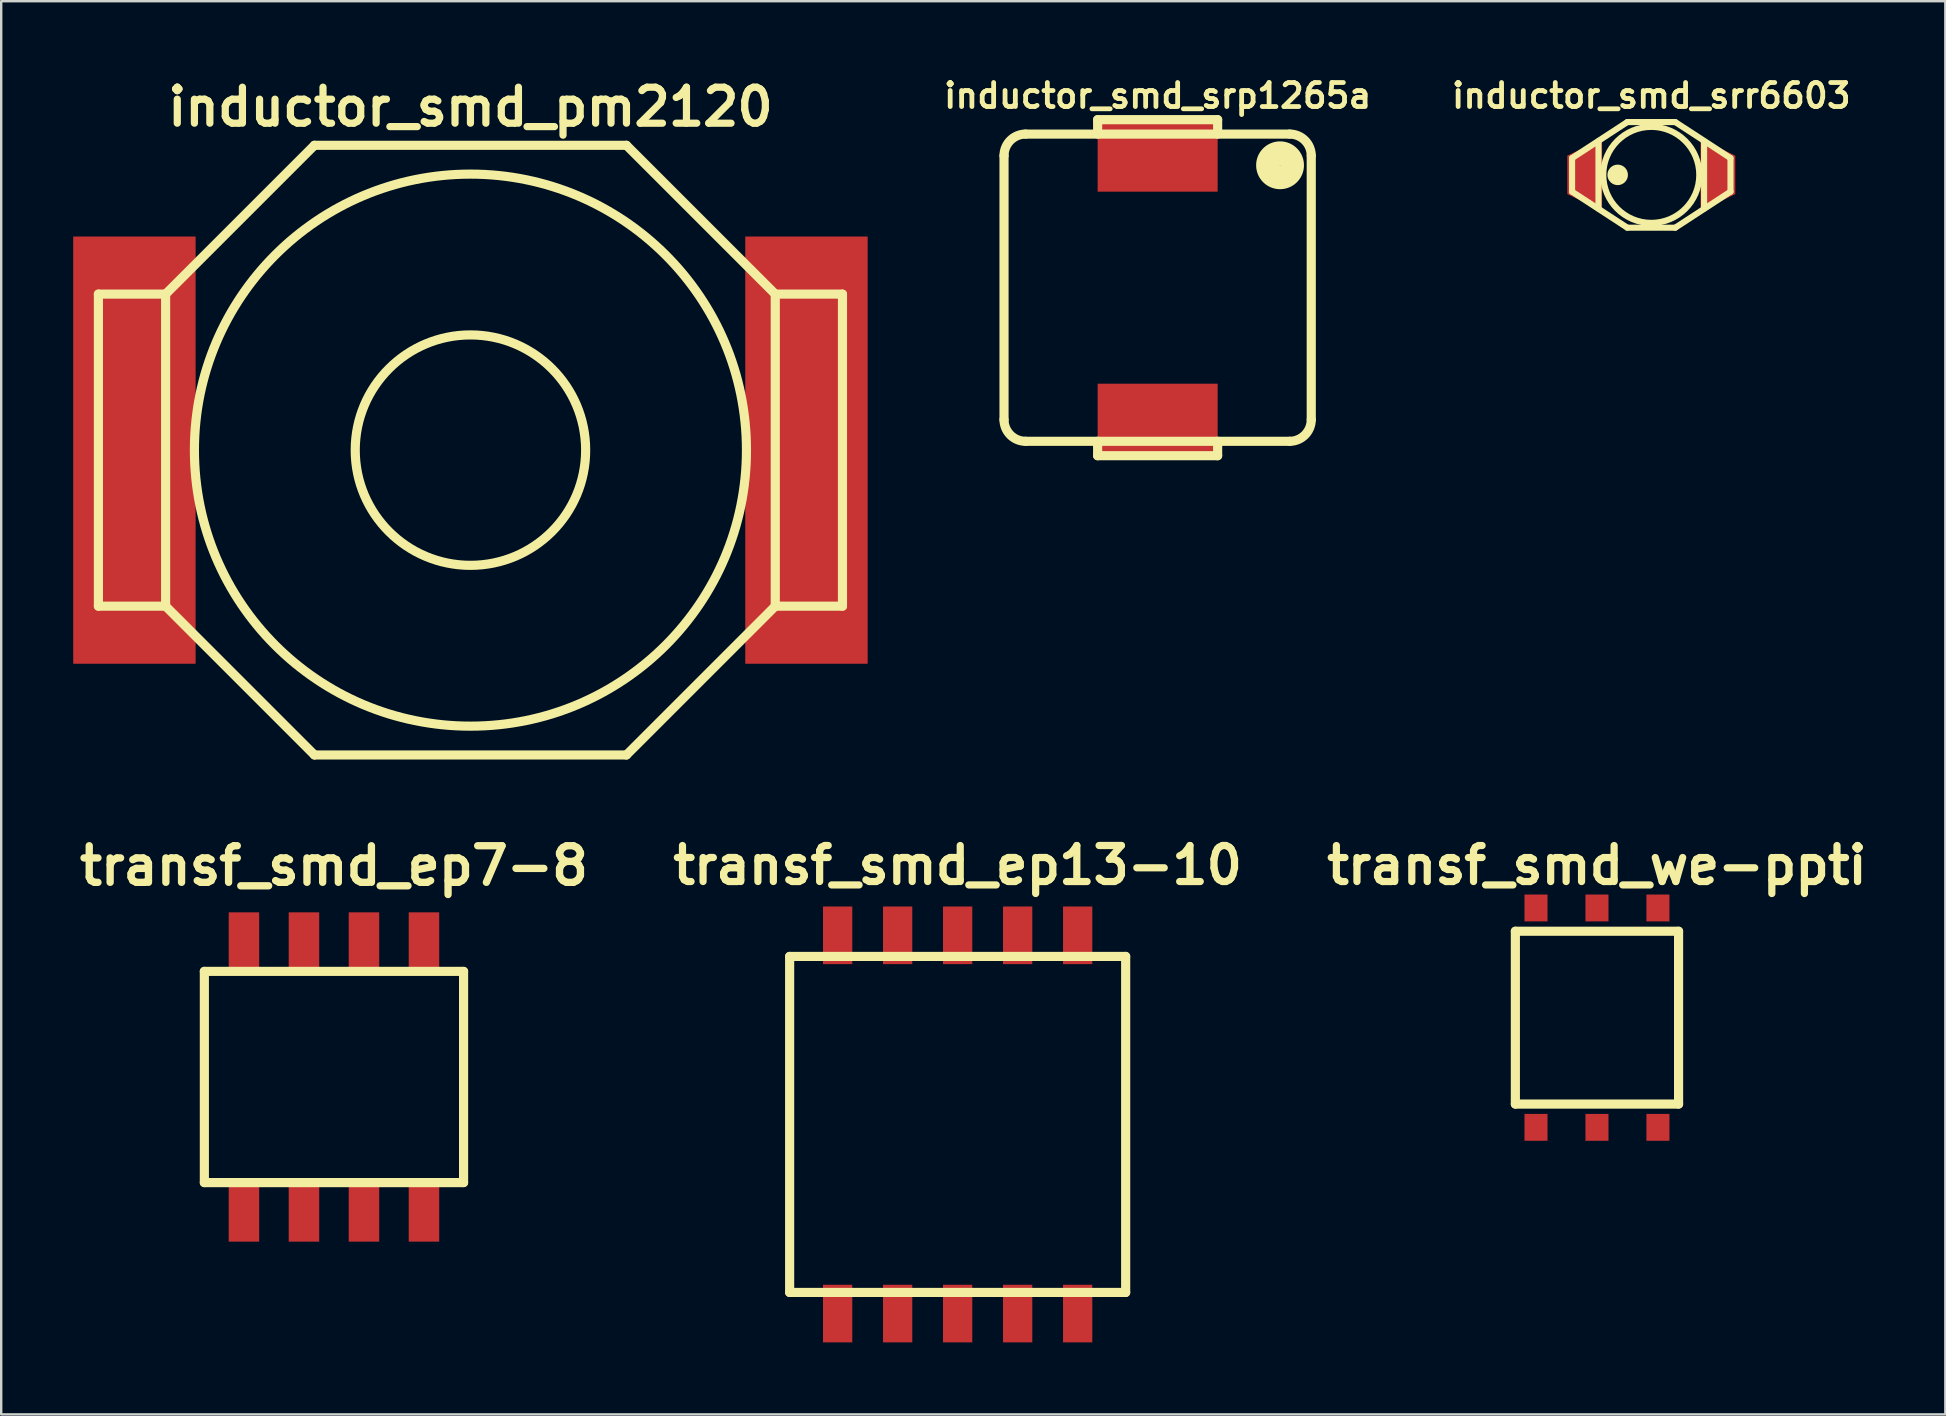
<source format=kicad_pcb>
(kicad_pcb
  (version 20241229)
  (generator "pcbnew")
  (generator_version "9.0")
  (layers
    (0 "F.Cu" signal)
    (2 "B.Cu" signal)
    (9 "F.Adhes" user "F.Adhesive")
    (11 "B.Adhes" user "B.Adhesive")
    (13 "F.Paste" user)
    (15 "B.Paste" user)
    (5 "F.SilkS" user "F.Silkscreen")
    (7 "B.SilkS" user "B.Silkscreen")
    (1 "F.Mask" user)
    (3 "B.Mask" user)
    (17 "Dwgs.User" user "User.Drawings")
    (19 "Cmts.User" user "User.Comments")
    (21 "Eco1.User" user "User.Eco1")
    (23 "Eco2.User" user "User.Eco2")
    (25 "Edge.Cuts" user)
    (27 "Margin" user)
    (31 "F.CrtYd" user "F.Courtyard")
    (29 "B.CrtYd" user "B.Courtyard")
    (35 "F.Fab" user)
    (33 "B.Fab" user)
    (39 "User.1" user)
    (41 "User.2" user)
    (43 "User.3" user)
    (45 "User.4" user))
  (footprint "transf_smd_ep7-8"
    (layer "F.Cu")
    (at 10.864 41.821)
    (property "Reference" "transf_smd_ep7-8" (at 0 -8.8 0) (layer "F.SilkS") (effects (font (size 1.524 1.524) (thickness 0.305))))
    (attr smd)
    (fp_line (start -5.4 -4.4) (end -5.4 4.4) (stroke (width 0.381) (type solid)) (layer "F.SilkS"))
    (fp_line (start -5.4 4.4) (end 5.4 4.4) (stroke (width 0.381) (type solid)) (layer "F.SilkS"))
    (fp_line (start 5.4 -4.4) (end -5.4 -4.4) (stroke (width 0.381) (type solid)) (layer "F.SilkS"))
    (fp_line (start 5.4 4.4) (end 5.4 -4.4) (stroke (width 0.381) (type solid)) (layer "F.SilkS"))
    (pad "1" smd rect (at 3.75 5.715) (size 1.27 2.29) (layers "F.Cu" "F.Mask" "F.Paste"))
    (pad "2" smd rect (at 1.25 5.715) (size 1.27 2.29) (layers "F.Cu" "F.Mask" "F.Paste"))
    (pad "3" smd rect (at -1.25 5.715) (size 1.27 2.29) (layers "F.Cu" "F.Mask" "F.Paste"))
    (pad "4" smd rect (at -3.75 5.715) (size 1.27 2.29) (layers "F.Cu" "F.Mask" "F.Paste"))
    (pad "5" smd rect (at -3.75 -5.715) (size 1.27 2.29) (layers "F.Cu" "F.Mask" "F.Paste"))
    (pad "6" smd rect (at -1.25 -5.715) (size 1.27 2.29) (layers "F.Cu" "F.Mask" "F.Paste"))
    (pad "7" smd rect (at 1.25 -5.715) (size 1.27 2.29) (layers "F.Cu" "F.Mask" "F.Paste"))
    (pad "8" smd rect (at 3.75 -5.715) (size 1.27 2.29) (layers "F.Cu" "F.Mask" "F.Paste")))
  (footprint "inductor_smd_srp1265a"
    (layer "F.Cu")
    (at 45.181 8.936)
    (property "Reference" "inductor_smd_srp1265a" (at 0 -8 0) (layer "F.SilkS") (effects (font (size 1 1) (thickness 0.2))))
    (attr smd)
    (fp_line (start -6.4 5.5) (end -6.4 -5.5) (stroke (width 0.381) (type solid)) (layer "F.SilkS"))
    (fp_line (start -5.5 -6.4) (end 5.5 -6.4) (stroke (width 0.381) (type solid)) (layer "F.SilkS"))
    (fp_line (start -5.5 6.4) (end 5.5 6.4) (stroke (width 0.381) (type solid)) (layer "F.SilkS"))
    (fp_line (start -2.5 -7) (end 2.5 -7) (stroke (width 0.381) (type solid)) (layer "F.SilkS"))
    (fp_line (start -2.5 -6.4) (end -2.5 -7) (stroke (width 0.381) (type solid)) (layer "F.SilkS"))
    (fp_line (start -2.5 7) (end -2.5 6.4) (stroke (width 0.381) (type solid)) (layer "F.SilkS"))
    (fp_line (start 2.5 -7) (end 2.5 -6.4) (stroke (width 0.381) (type solid)) (layer "F.SilkS"))
    (fp_line (start 2.5 6.4) (end 2.5 7) (stroke (width 0.381) (type solid)) (layer "F.SilkS"))
    (fp_line (start 2.5 7) (end -2.5 7) (stroke (width 0.381) (type solid)) (layer "F.SilkS"))
    (fp_line (start 6.4 -5.5) (end 6.4 5.5) (stroke (width 0.381) (type solid)) (layer "F.SilkS"))
    (fp_arc (start -6.4 -5.5) (mid -6.136396 -6.136396) (end -5.5 -6.4) (stroke (width 0.381) (type solid)) (layer "F.SilkS"))
    (fp_arc (start -5.5 6.4) (mid -6.136396 6.136396) (end -6.4 5.5) (stroke (width 0.381) (type solid)) (layer "F.SilkS"))
    (fp_arc (start 5.5 -6.4) (mid 6.136396 -6.136396) (end 6.4 -5.5) (stroke (width 0.381) (type solid)) (layer "F.SilkS"))
    (fp_arc (start 6.4 5.5) (mid 6.136396 6.136396) (end 5.5 6.4) (stroke (width 0.381) (type solid)) (layer "F.SilkS"))
    (fp_circle (center 5.1 -5.1) (end 5.3 -5.1) (stroke (width 0.381) (type solid)) (fill no) (layer "F.SilkS"))
    (fp_circle (center 5.1 -5.1) (end 5.6 -5.1) (stroke (width 0.381) (type solid)) (fill no) (layer "F.SilkS"))
    (fp_circle (center 5.1 -5.1) (end 5.9 -5) (stroke (width 0.381) (type solid)) (fill no) (layer "F.SilkS"))
    (pad "1" smd rect (at 0 -5.55) (size 5 3.1) (layers "F.Cu" "F.Mask" "F.Paste"))
    (pad "2" smd rect (at 0 5.55) (size 5 3.1) (layers "F.Cu" "F.Mask" "F.Paste")))
  (footprint "inductor_smd_pm2120"
    (layer "F.Cu")
    (at 16.55 15.704)
    (property "Reference" "inductor_smd_pm2120" (at 0 -14.3 0) (layer "F.SilkS") (effects (font (size 1.5 1.5) (thickness 0.3))))
    (attr smd)
    (fp_line (start -15.5 -6.5) (end -15.5 6.5) (stroke (width 0.381) (type solid)) (layer "F.SilkS"))
    (fp_line (start -15.5 -6.5) (end -12.7 -6.5) (stroke (width 0.381) (type solid)) (layer "F.SilkS"))
    (fp_line (start -15.5 6.5) (end -12.7 6.5) (stroke (width 0.381) (type solid)) (layer "F.SilkS"))
    (fp_line (start -12.7 -6.5) (end -12.7 6.5) (stroke (width 0.381) (type solid)) (layer "F.SilkS"))
    (fp_line (start -12.7 6.5) (end -6.5 12.7) (stroke (width 0.381) (type solid)) (layer "F.SilkS"))
    (fp_line (start -6.5 -12.7) (end -12.7 -6.5) (stroke (width 0.381) (type solid)) (layer "F.SilkS"))
    (fp_line (start -6.5 -12.7) (end 6.5 -12.7) (stroke (width 0.381) (type solid)) (layer "F.SilkS"))
    (fp_line (start -6.5 12.7) (end 6.5 12.7) (stroke (width 0.381) (type solid)) (layer "F.SilkS"))
    (fp_line (start 6.5 12.7) (end 12.7 6.5) (stroke (width 0.381) (type solid)) (layer "F.SilkS"))
    (fp_line (start 12.7 -6.5) (end 6.5 -12.7) (stroke (width 0.381) (type solid)) (layer "F.SilkS"))
    (fp_line (start 12.7 -6.5) (end 12.7 6.5) (stroke (width 0.381) (type solid)) (layer "F.SilkS"))
    (fp_line (start 15.5 -6.5) (end 12.7 -6.5) (stroke (width 0.381) (type solid)) (layer "F.SilkS"))
    (fp_line (start 15.5 -6.5) (end 15.5 6.5) (stroke (width 0.381) (type solid)) (layer "F.SilkS"))
    (fp_line (start 15.5 6.5) (end 12.7 6.5) (stroke (width 0.381) (type solid)) (layer "F.SilkS"))
    (fp_circle (center 0 0) (end 4.8 0) (stroke (width 0.381) (type solid)) (fill no) (layer "F.SilkS"))
    (fp_circle (center 0 0) (end 11.5 0) (stroke (width 0.381) (type solid)) (fill no) (layer "F.SilkS"))
    (pad "1" smd rect (at -14 0) (size 5.1 17.8) (layers "F.Cu" "F.Mask" "F.Paste"))
    (pad "2" smd rect (at 14 0) (size 5.1 17.8) (layers "F.Cu" "F.Mask" "F.Paste")))
  (footprint "transf_smd_we-ppti"
    (layer "F.Cu")
    (at 63.485 39.349)
    (property "Reference" "transf_smd_we-ppti" (at 0 -6.35 0) (layer "F.SilkS") (effects (font (size 1.5 1.5) (thickness 0.3))))
    (attr smd)
    (fp_line (start -3.4 -3.6) (end -3.4 3.6) (stroke (width 0.381) (type solid)) (layer "F.SilkS"))
    (fp_line (start -3.4 3.6) (end 3.4 3.6) (stroke (width 0.381) (type solid)) (layer "F.SilkS"))
    (fp_line (start 3.4 -3.6) (end -3.4 -3.6) (stroke (width 0.381) (type solid)) (layer "F.SilkS"))
    (fp_line (start 3.4 3.6) (end 3.4 -3.6) (stroke (width 0.381) (type solid)) (layer "F.SilkS"))
    (pad "1" smd rect (at -2.54 4.57) (size 0.96 1.12) (layers "F.Cu" "F.Mask" "F.Paste"))
    (pad "2" smd rect (at 0 4.57) (size 0.96 1.12) (layers "F.Cu" "F.Mask" "F.Paste"))
    (pad "3" smd rect (at 2.54 4.57) (size 0.96 1.12) (layers "F.Cu" "F.Mask" "F.Paste"))
    (pad "4" smd rect (at 2.54 -4.57) (size 0.96 1.12) (layers "F.Cu" "F.Mask" "F.Paste"))
    (pad "5" smd rect (at 0 -4.57) (size 0.96 1.12) (layers "F.Cu" "F.Mask" "F.Paste"))
    (pad "6" smd rect (at -2.54 -4.57) (size 0.96 1.12) (layers "F.Cu" "F.Mask" "F.Paste")))
  (footprint "inductor_smd_srr6603"
    (layer "F.Cu")
    (at 65.748 4.236)
    (property "Reference" "inductor_smd_srr6603" (at 0 -3.3 0) (layer "F.SilkS") (effects (font (size 1 1) (thickness 0.2))))
    (attr smd)
    (fp_line (start -3.3 -0.7) (end -1 -2.2) (stroke (width 0.254) (type solid)) (layer "F.SilkS"))
    (fp_line (start -3.3 0.7) (end -3.3 -0.7) (stroke (width 0.254) (type solid)) (layer "F.SilkS"))
    (fp_line (start -2.2 -1.4) (end -2.2 1.4) (stroke (width 0.254) (type solid)) (layer "F.SilkS"))
    (fp_line (start -1 -2.2) (end 1 -2.2) (stroke (width 0.254) (type solid)) (layer "F.SilkS"))
    (fp_line (start -1 2.2) (end -3.3 0.7) (stroke (width 0.254) (type solid)) (layer "F.SilkS"))
    (fp_line (start -1 2.2) (end 1 2.2) (stroke (width 0.254) (type solid)) (layer "F.SilkS"))
    (fp_line (start 1 -2.2) (end 3.3 -0.7) (stroke (width 0.254) (type solid)) (layer "F.SilkS"))
    (fp_line (start 1 2.2) (end 3.3 0.7) (stroke (width 0.254) (type solid)) (layer "F.SilkS"))
    (fp_line (start 2.2 1.4) (end 2.2 -1.4) (stroke (width 0.254) (type solid)) (layer "F.SilkS"))
    (fp_line (start 3.3 -0.7) (end 3.3 0.7) (stroke (width 0.254) (type solid)) (layer "F.SilkS"))
    (fp_circle (center -1.4 0) (end -1.1 0) (stroke (width 0.254) (type solid)) (fill no) (layer "F.SilkS"))
    (fp_circle (center 0 0) (end 2 0) (stroke (width 0.254) (type solid)) (fill no) (layer "F.SilkS"))
    (fp_poly (pts (xy -1.6 -0.2) (xy -1.4 -0.3) (xy -1.2 -0.2) (xy -1.2 0.1) (xy -1.3 0.2) (xy -1.5 0.2) (xy -1.6 0.1)) (stroke (width 0.15) (type solid)) (fill yes) (layer "F.SilkS"))
    (pad "1" smd trapezoid (at -2.775 0 90) (size 2.3 1.45) (rect_delta 0 0.7) (layers "F.Cu" "F.Mask" "F.Paste"))
    (pad "2" smd trapezoid (at 2.775 0 270) (size 2.3 1.45) (rect_delta 0 0.7) (layers "F.Cu" "F.Mask" "F.Paste")))
  (footprint "transf_smd_ep13-10"
    (layer "F.Cu")
    (at 36.849 43.798)
    (property "Reference" "transf_smd_ep13-10" (at 0 -10.8 0) (layer "F.SilkS") (effects (font (size 1.5 1.5) (thickness 0.3))))
    (attr smd)
    (fp_line (start -7 -7) (end -7 7) (stroke (width 0.381) (type solid)) (layer "F.SilkS"))
    (fp_line (start -7 7) (end 7 7) (stroke (width 0.381) (type solid)) (layer "F.SilkS"))
    (fp_line (start 7 -7) (end -7 -7) (stroke (width 0.381) (type solid)) (layer "F.SilkS"))
    (fp_line (start 7 7) (end 7 -7) (stroke (width 0.381) (type solid)) (layer "F.SilkS"))
    (pad "1" smd rect (at 5 7.88) (size 1.22 2.4) (layers "F.Cu" "F.Mask" "F.Paste"))
    (pad "2" smd rect (at 2.5 7.88) (size 1.22 2.4) (layers "F.Cu" "F.Mask" "F.Paste"))
    (pad "3" smd rect (at 0 7.88) (size 1.22 2.4) (layers "F.Cu" "F.Mask" "F.Paste"))
    (pad "4" smd rect (at -2.5 7.88) (size 1.22 2.4) (layers "F.Cu" "F.Mask" "F.Paste"))
    (pad "5" smd rect (at -5 7.88) (size 1.22 2.4) (layers "F.Cu" "F.Mask" "F.Paste"))
    (pad "6" smd rect (at -5 -7.88) (size 1.22 2.4) (layers "F.Cu" "F.Mask" "F.Paste"))
    (pad "7" smd rect (at -2.5 -7.88) (size 1.22 2.4) (layers "F.Cu" "F.Mask" "F.Paste"))
    (pad "8" smd rect (at 0 -7.88) (size 1.22 2.4) (layers "F.Cu" "F.Mask" "F.Paste"))
    (pad "9" smd rect (at 2.5 -7.88) (size 1.22 2.4) (layers "F.Cu" "F.Mask" "F.Paste"))
    (pad "10" smd rect (at 5 -7.88) (size 1.22 2.4) (layers "F.Cu" "F.Mask" "F.Paste")))
  (gr_rect
    (start -3 -3)
    (end 77.999 55.879)
    (stroke (width 0.1) (type default))
    (fill no)
    (layer "Edge.Cuts")))
</source>
